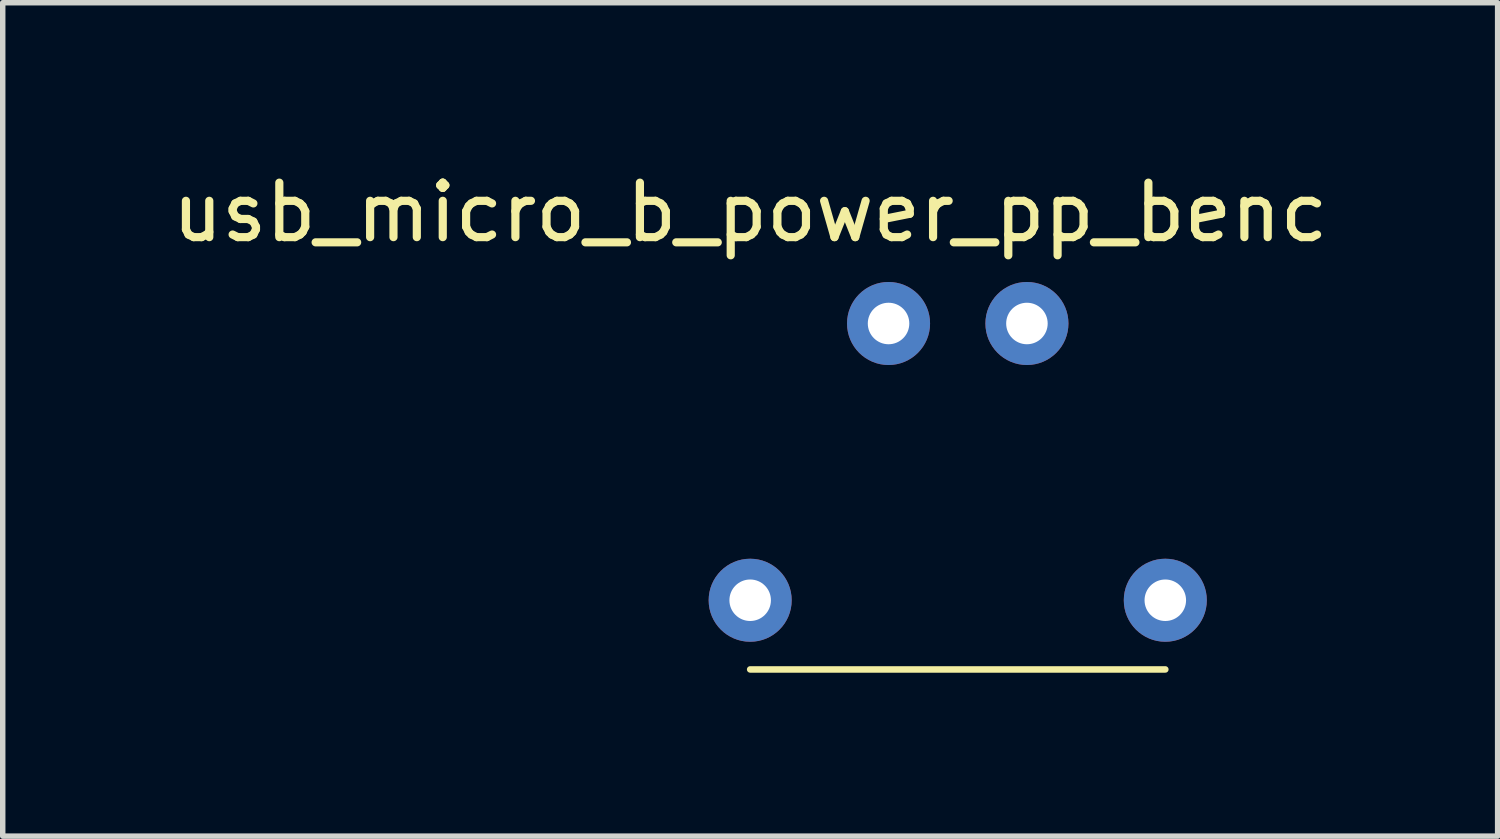
<source format=kicad_pcb>
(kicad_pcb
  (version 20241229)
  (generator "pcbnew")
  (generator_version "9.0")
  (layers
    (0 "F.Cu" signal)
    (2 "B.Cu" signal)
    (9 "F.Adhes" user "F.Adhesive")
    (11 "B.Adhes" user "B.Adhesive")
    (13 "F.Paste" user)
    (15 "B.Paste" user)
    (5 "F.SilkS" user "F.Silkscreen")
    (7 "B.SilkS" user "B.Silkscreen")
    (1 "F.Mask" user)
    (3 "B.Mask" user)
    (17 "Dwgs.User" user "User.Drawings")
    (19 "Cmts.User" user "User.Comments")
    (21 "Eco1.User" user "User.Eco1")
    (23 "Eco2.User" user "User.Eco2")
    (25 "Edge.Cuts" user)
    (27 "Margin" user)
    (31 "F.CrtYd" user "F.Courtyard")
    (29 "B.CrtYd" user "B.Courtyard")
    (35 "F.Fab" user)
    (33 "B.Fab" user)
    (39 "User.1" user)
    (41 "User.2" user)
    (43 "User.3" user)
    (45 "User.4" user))
  (footprint "usb_micro_b_power_pp_benc"
    (layer "F.Cu")
    (at 9.45 5.428)
    (property "Reference" "usb_micro_b_power_pp_benc" (at 1.27 -4.58 0) (layer "F.SilkS") (effects (font (size 1 1) (thickness 0.15))))
    (attr through_hole)
    (fp_line (start 1.27 3.81) (end 8.89 3.81) (stroke (width 0.12) (type solid)) (layer "F.SilkS"))
    (pad "1" thru_hole circle (at 6.35 -2.54) (size 1.524 1.524) (drill 0.762) (layers "*.Cu" "*.Mask"))
    (pad "2" thru_hole circle (at 3.81 -2.54) (size 1.524 1.524) (drill 0.762) (layers "*.Cu" "*.Mask"))
    (pad "3" thru_hole circle (at 8.89 2.54) (size 1.524 1.524) (drill 0.762) (layers "*.Cu" "*.Mask"))
    (pad "4" thru_hole circle (at 1.27 2.54) (size 1.524 1.524) (drill 0.762) (layers "*.Cu" "*.Mask")))
  (gr_rect
    (start -3 -3)
    (end 24.44 12.298)
    (stroke (width 0.1) (type default))
    (fill no)
    (layer "Edge.Cuts")))
</source>
